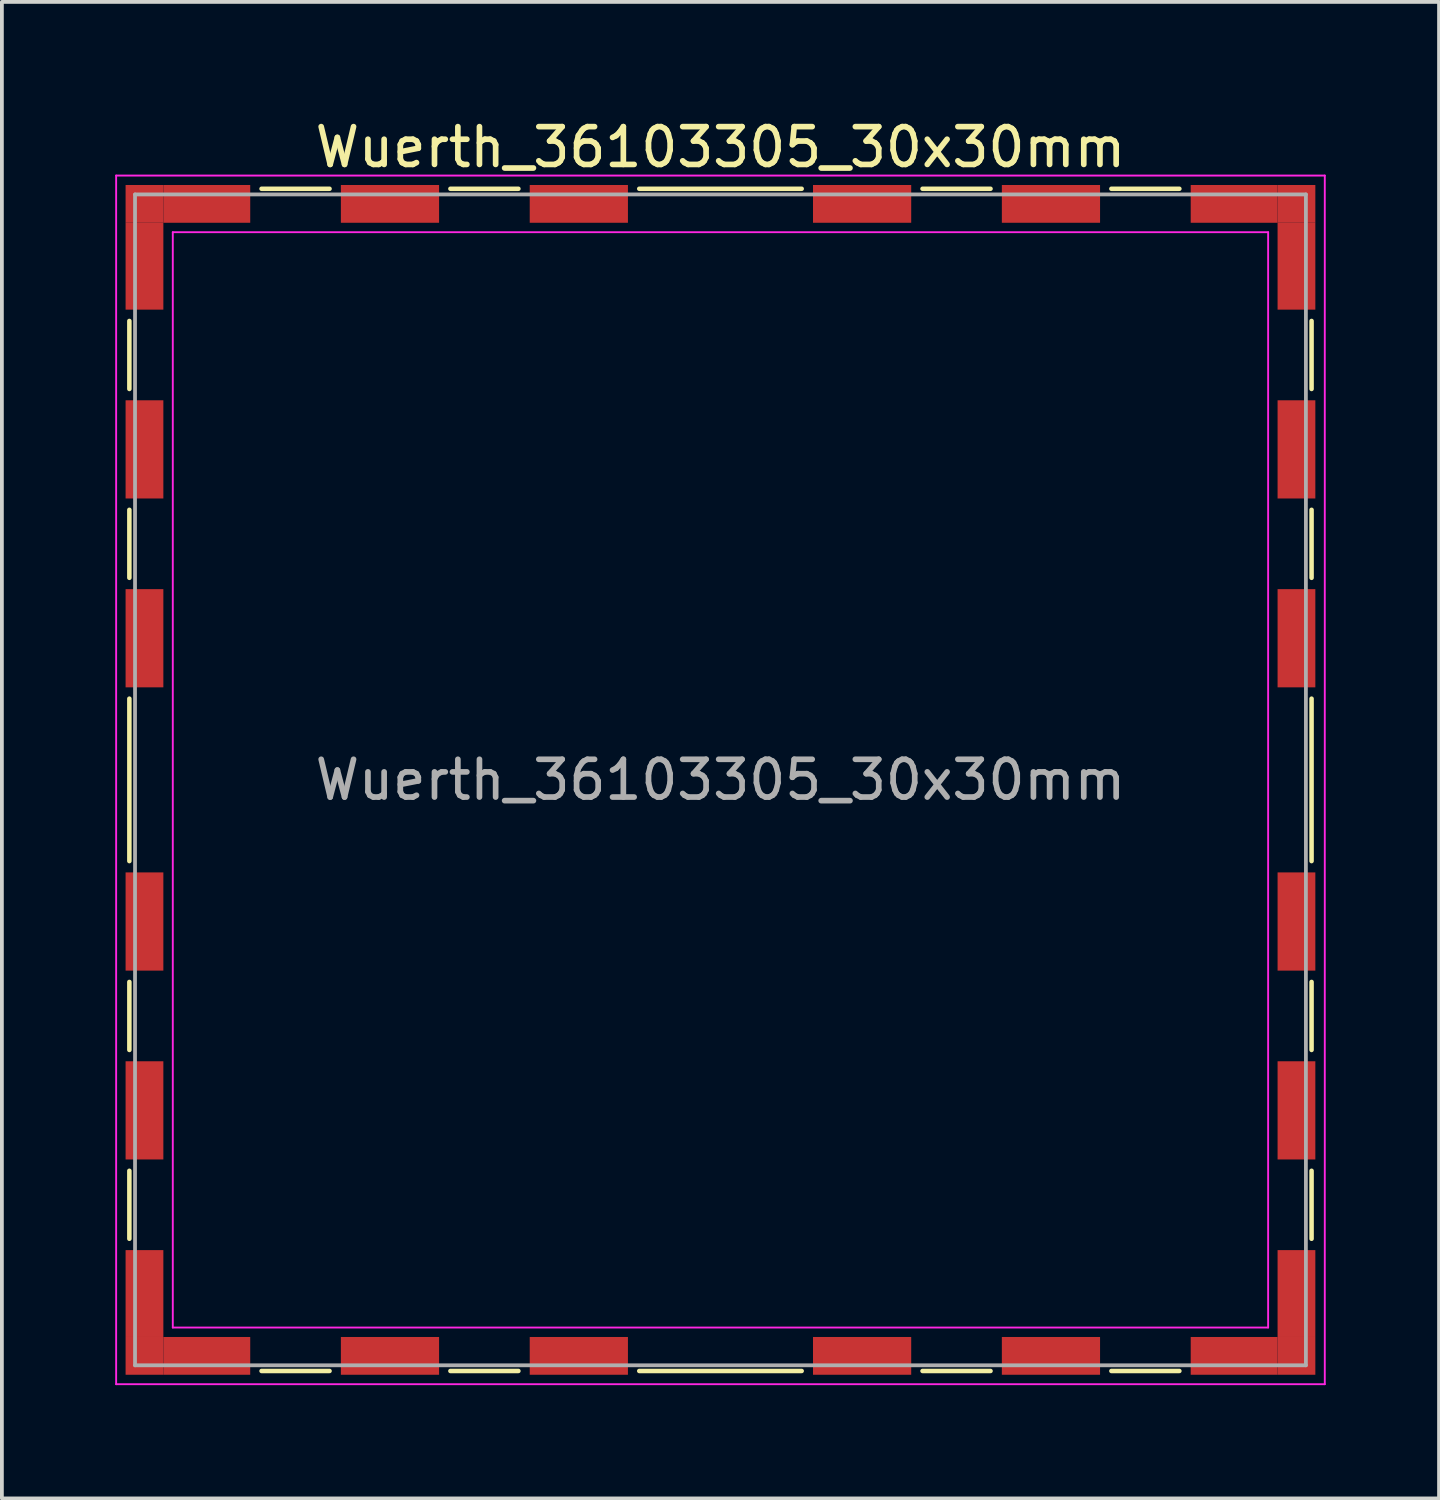
<source format=kicad_pcb>
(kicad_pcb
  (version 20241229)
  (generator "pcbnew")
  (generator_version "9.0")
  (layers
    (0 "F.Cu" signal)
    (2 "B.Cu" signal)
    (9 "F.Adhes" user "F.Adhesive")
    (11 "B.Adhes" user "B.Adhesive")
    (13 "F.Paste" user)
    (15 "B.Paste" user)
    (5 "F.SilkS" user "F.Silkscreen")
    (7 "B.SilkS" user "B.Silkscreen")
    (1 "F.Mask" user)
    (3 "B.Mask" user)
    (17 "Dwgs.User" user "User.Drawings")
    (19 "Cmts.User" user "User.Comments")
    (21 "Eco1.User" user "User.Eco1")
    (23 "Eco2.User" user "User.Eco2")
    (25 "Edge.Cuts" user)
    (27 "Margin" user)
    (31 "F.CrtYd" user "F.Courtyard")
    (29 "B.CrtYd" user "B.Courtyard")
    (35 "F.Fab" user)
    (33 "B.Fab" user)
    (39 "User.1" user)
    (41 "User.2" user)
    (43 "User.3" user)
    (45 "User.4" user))
  (footprint "Wuerth_36103305_30x30mm"
    (layer "F.Cu")
    (at 16.025 17.598)
    (property "Reference" "Wuerth_36103305_30x30mm" (at 0 -16.75 0) (layer "F.SilkS") (effects (font (size 1 1) (thickness 0.15))))
    (attr smd)
    (fp_line (start -15.65 -12.15) (end -15.65 -10.35) (stroke (width 0.12) (type solid)) (layer "F.SilkS"))
    (fp_line (start -15.65 -7.15) (end -15.65 -5.35) (stroke (width 0.12) (type solid)) (layer "F.SilkS"))
    (fp_line (start -15.65 -2.15) (end -15.65 2.15) (stroke (width 0.12) (type solid)) (layer "F.SilkS"))
    (fp_line (start -15.65 5.35) (end -15.65 7.15) (stroke (width 0.12) (type solid)) (layer "F.SilkS"))
    (fp_line (start -15.65 10.35) (end -15.65 12.15) (stroke (width 0.12) (type solid)) (layer "F.SilkS"))
    (fp_line (start -12.15 -15.65) (end -10.35 -15.65) (stroke (width 0.12) (type solid)) (layer "F.SilkS"))
    (fp_line (start -12.15 15.65) (end -10.35 15.65) (stroke (width 0.12) (type solid)) (layer "F.SilkS"))
    (fp_line (start -7.15 -15.65) (end -5.35 -15.65) (stroke (width 0.12) (type solid)) (layer "F.SilkS"))
    (fp_line (start -7.15 15.65) (end -5.35 15.65) (stroke (width 0.12) (type solid)) (layer "F.SilkS"))
    (fp_line (start -2.15 -15.65) (end 2.15 -15.65) (stroke (width 0.12) (type solid)) (layer "F.SilkS"))
    (fp_line (start -2.15 15.65) (end 2.15 15.65) (stroke (width 0.12) (type solid)) (layer "F.SilkS"))
    (fp_line (start 5.35 -15.65) (end 7.15 -15.65) (stroke (width 0.12) (type solid)) (layer "F.SilkS"))
    (fp_line (start 5.35 15.65) (end 7.15 15.65) (stroke (width 0.12) (type solid)) (layer "F.SilkS"))
    (fp_line (start 10.35 -15.65) (end 12.15 -15.65) (stroke (width 0.12) (type solid)) (layer "F.SilkS"))
    (fp_line (start 10.35 15.65) (end 12.15 15.65) (stroke (width 0.12) (type solid)) (layer "F.SilkS"))
    (fp_line (start 15.65 -12.15) (end 15.65 -10.35) (stroke (width 0.12) (type solid)) (layer "F.SilkS"))
    (fp_line (start 15.65 -7.15) (end 15.65 -5.35) (stroke (width 0.12) (type solid)) (layer "F.SilkS"))
    (fp_line (start 15.65 -2.15) (end 15.65 2.15) (stroke (width 0.12) (type solid)) (layer "F.SilkS"))
    (fp_line (start 15.65 5.35) (end 15.65 7.15) (stroke (width 0.12) (type solid)) (layer "F.SilkS"))
    (fp_line (start 15.65 10.35) (end 15.65 12.15) (stroke (width 0.12) (type solid)) (layer "F.SilkS"))
    (fp_line (start -16 -16) (end -16 16) (stroke (width 0.05) (type solid)) (layer "F.CrtYd"))
    (fp_line (start -16 16) (end 16 16) (stroke (width 0.05) (type solid)) (layer "F.CrtYd"))
    (fp_line (start -14.5 -14.5) (end -14.5 14.5) (stroke (width 0.05) (type solid)) (layer "F.CrtYd"))
    (fp_line (start -14.5 14.5) (end 14.5 14.5) (stroke (width 0.05) (type solid)) (layer "F.CrtYd"))
    (fp_line (start 14.5 -14.5) (end -14.5 -14.5) (stroke (width 0.05) (type solid)) (layer "F.CrtYd"))
    (fp_line (start 14.5 14.5) (end 14.5 -14.5) (stroke (width 0.05) (type solid)) (layer "F.CrtYd"))
    (fp_line (start 16 -16) (end -16 -16) (stroke (width 0.05) (type solid)) (layer "F.CrtYd"))
    (fp_line (start 16 16) (end 16 -16) (stroke (width 0.05) (type solid)) (layer "F.CrtYd"))
    (fp_line (start -15.5 -15.5) (end -15.5 15.5) (stroke (width 0.1) (type solid)) (layer "F.Fab"))
    (fp_line (start -15.5 15.5) (end 15.5 15.5) (stroke (width 0.1) (type solid)) (layer "F.Fab"))
    (fp_line (start 15.5 -15.5) (end -15.5 -15.5) (stroke (width 0.1) (type solid)) (layer "F.Fab"))
    (fp_line (start 15.5 15.5) (end 15.5 -15.5) (stroke (width 0.1) (type solid)) (layer "F.Fab"))
    (fp_text user "${REFERENCE}" (at 0 0 0) (layer "F.Fab") (effects (font (size 1 1) (thickness 0.15))))
    (pad "1" smd rect (at -15.25 -15.25) (size 1 1) (layers "F.Cu" "F.Mask" "F.Paste"))
    (pad "1" smd rect (at -15.25 -13.6) (size 1 2.3) (layers "F.Cu" "F.Mask" "F.Paste"))
    (pad "1" smd rect (at -15.25 -8.75) (size 1 2.6) (layers "F.Cu" "F.Mask" "F.Paste"))
    (pad "1" smd rect (at -15.25 -3.75) (size 1 2.6) (layers "F.Cu" "F.Mask" "F.Paste"))
    (pad "1" smd rect (at -15.25 3.75) (size 1 2.6) (layers "F.Cu" "F.Mask" "F.Paste"))
    (pad "1" smd rect (at -15.25 8.75) (size 1 2.6) (layers "F.Cu" "F.Mask" "F.Paste"))
    (pad "1" smd rect (at -15.25 13.6) (size 1 2.3) (layers "F.Cu" "F.Mask" "F.Paste"))
    (pad "1" smd rect (at -15.25 15.25) (size 1 1) (layers "F.Cu" "F.Mask" "F.Paste"))
    (pad "1" smd rect (at -13.6 -15.25) (size 2.3 1) (layers "F.Cu" "F.Mask" "F.Paste"))
    (pad "1" smd rect (at -13.6 15.25) (size 2.3 1) (layers "F.Cu" "F.Mask" "F.Paste"))
    (pad "1" smd rect (at -8.75 -15.25) (size 2.6 1) (layers "F.Cu" "F.Mask" "F.Paste"))
    (pad "1" smd rect (at -8.75 15.25) (size 2.6 1) (layers "F.Cu" "F.Mask" "F.Paste"))
    (pad "1" smd rect (at -3.75 -15.25) (size 2.6 1) (layers "F.Cu" "F.Mask" "F.Paste"))
    (pad "1" smd rect (at -3.75 15.25) (size 2.6 1) (layers "F.Cu" "F.Mask" "F.Paste"))
    (pad "1" smd rect (at 3.75 -15.25) (size 2.6 1) (layers "F.Cu" "F.Mask" "F.Paste"))
    (pad "1" smd rect (at 3.75 15.25) (size 2.6 1) (layers "F.Cu" "F.Mask" "F.Paste"))
    (pad "1" smd rect (at 8.75 -15.25) (size 2.6 1) (layers "F.Cu" "F.Mask" "F.Paste"))
    (pad "1" smd rect (at 8.75 15.25) (size 2.6 1) (layers "F.Cu" "F.Mask" "F.Paste"))
    (pad "1" smd rect (at 13.6 -15.25) (size 2.3 1) (layers "F.Cu" "F.Mask" "F.Paste"))
    (pad "1" smd rect (at 13.6 15.25) (size 2.3 1) (layers "F.Cu" "F.Mask" "F.Paste"))
    (pad "1" smd rect (at 15.25 -15.25) (size 1 1) (layers "F.Cu" "F.Mask" "F.Paste"))
    (pad "1" smd rect (at 15.25 -13.6) (size 1 2.3) (layers "F.Cu" "F.Mask" "F.Paste"))
    (pad "1" smd rect (at 15.25 -8.75) (size 1 2.6) (layers "F.Cu" "F.Mask" "F.Paste"))
    (pad "1" smd rect (at 15.25 -3.75) (size 1 2.6) (layers "F.Cu" "F.Mask" "F.Paste"))
    (pad "1" smd rect (at 15.25 3.75) (size 1 2.6) (layers "F.Cu" "F.Mask" "F.Paste"))
    (pad "1" smd rect (at 15.25 8.75) (size 1 2.6) (layers "F.Cu" "F.Mask" "F.Paste"))
    (pad "1" smd rect (at 15.25 13.6) (size 1 2.3) (layers "F.Cu" "F.Mask" "F.Paste"))
    (pad "1" smd rect (at 15.25 15.25) (size 1 1) (layers "F.Cu" "F.Mask" "F.Paste")))
  (gr_rect
    (start -3 -3)
    (end 35.05 36.623)
    (stroke (width 0.1) (type default))
    (fill no)
    (layer "Edge.Cuts")))
</source>
